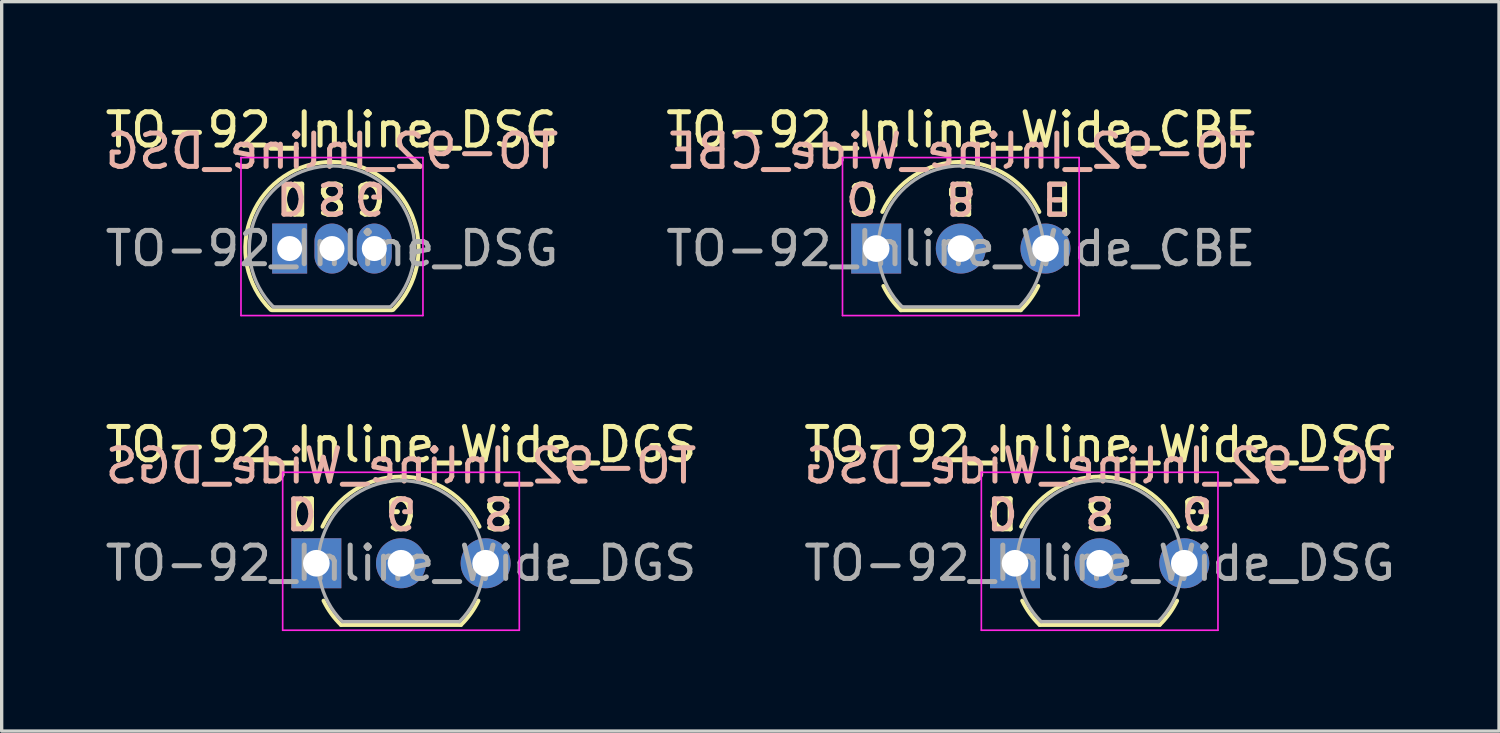
<source format=kicad_pcb>
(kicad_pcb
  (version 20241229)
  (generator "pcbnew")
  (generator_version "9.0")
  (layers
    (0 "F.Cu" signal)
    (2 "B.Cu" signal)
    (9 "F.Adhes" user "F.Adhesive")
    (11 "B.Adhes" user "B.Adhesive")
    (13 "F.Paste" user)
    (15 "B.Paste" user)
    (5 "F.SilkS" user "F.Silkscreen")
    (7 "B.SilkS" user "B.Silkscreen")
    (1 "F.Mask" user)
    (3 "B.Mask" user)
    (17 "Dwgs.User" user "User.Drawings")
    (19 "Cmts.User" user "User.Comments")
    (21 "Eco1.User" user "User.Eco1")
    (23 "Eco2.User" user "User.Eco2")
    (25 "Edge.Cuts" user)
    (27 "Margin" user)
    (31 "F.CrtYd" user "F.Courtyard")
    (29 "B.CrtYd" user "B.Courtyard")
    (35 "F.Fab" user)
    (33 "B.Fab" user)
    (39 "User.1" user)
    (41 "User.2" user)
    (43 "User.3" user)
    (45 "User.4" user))
  (footprint "TO-92_Inline_Wide_DGS"
    (layer "F.Cu")
    (at 6.442 13.851)
    (property "Reference" "TO-92_Inline_Wide_DGS" (at 2.54 -3.56 0) (layer "F.SilkS") (effects (font (size 1 1) (thickness 0.15))))
    (fp_line (start 0.74 1.85) (end 4.34 1.85) (stroke (width 0.12) (type solid)) (layer "F.SilkS"))
    (fp_arc (start 0.1836 -1.098807) (mid 1.143021 -2.192817) (end 2.54 -2.6) (stroke (width 0.12) (type solid)) (layer "F.SilkS"))
    (fp_arc (start 0.74 1.85) (mid 0.446097 1.509328) (end 0.215816 1.122795) (stroke (width 0.12) (type solid)) (layer "F.SilkS"))
    (fp_arc (start 2.54 -2.6) (mid 3.936979 -2.192818) (end 4.8964 -1.098807) (stroke (width 0.12) (type solid)) (layer "F.SilkS"))
    (fp_arc (start 4.864184 1.122795) (mid 4.633903 1.509328) (end 4.34 1.85) (stroke (width 0.12) (type solid)) (layer "F.SilkS"))
    (fp_line (start -1.01 -2.73) (end -1.01 2.01) (stroke (width 0.05) (type solid)) (layer "F.CrtYd"))
    (fp_line (start -1.01 -2.73) (end 6.09 -2.73) (stroke (width 0.05) (type solid)) (layer "F.CrtYd"))
    (fp_line (start 6.09 2.01) (end -1.01 2.01) (stroke (width 0.05) (type solid)) (layer "F.CrtYd"))
    (fp_line (start 6.09 2.01) (end 6.09 -2.73) (stroke (width 0.05) (type solid)) (layer "F.CrtYd"))
    (fp_line (start 0.8 1.75) (end 4.3 1.75) (stroke (width 0.1) (type solid)) (layer "F.Fab"))
    (fp_arc (start 0.786375 1.753625) (mid 0.248779 -0.949055) (end 2.54 -2.48) (stroke (width 0.1) (type solid)) (layer "F.Fab"))
    (fp_arc (start 2.54 -2.48) (mid 4.831221 -0.949055) (end 4.293625 1.753625) (stroke (width 0.1) (type solid)) (layer "F.Fab"))
    (fp_text user "S" (at 5.461 -1.524 180) (unlocked yes) (layer "F.SilkS") (effects (font (size 0.9 0.9) (thickness 0.15))))
    (fp_text user "G" (at 2.54 -1.524 180) (unlocked yes) (layer "F.SilkS") (effects (font (size 0.9 0.9) (thickness 0.15))))
    (fp_text user "D" (at -0.381 -1.524 180) (unlocked yes) (layer "F.SilkS") (effects (font (size 0.9 0.9) (thickness 0.15))))
    (fp_text user "D" (at -0.445 -1.524 180) (unlocked yes) (layer "B.SilkS") (effects (font (size 0.9 0.9) (thickness 0.15)) (justify mirror)))
    (fp_text user "S" (at 5.461 -1.524 180) (unlocked yes) (layer "B.SilkS") (effects (font (size 0.9 0.9) (thickness 0.15)) (justify mirror)))
    (fp_text user "${REFERENCE}" (at 2.54 -2.921 0) (layer "B.SilkS") (effects (font (size 1 1) (thickness 0.15)) (justify mirror)))
    (fp_text user "G" (at 2.54 -1.524 180) (unlocked yes) (layer "B.SilkS") (effects (font (size 0.9 0.9) (thickness 0.15)) (justify mirror)))
    (fp_text user "${REFERENCE}" (at 2.54 0 0) (layer "F.Fab") (effects (font (size 1 1) (thickness 0.15))))
    (pad "1" thru_hole rect (at 0 0 90) (size 1.5 1.5) (drill 0.8) (layers "*.Cu" "*.Mask"))
    (pad "2" thru_hole circle (at 2.54 0 90) (size 1.5 1.5) (drill 0.8) (layers "*.Cu" "*.Mask"))
    (pad "3" thru_hole circle (at 5.08 0 90) (size 1.5 1.5) (drill 0.8) (layers "*.Cu" "*.Mask")))
  (footprint "TO-92_Inline_Wide_CBE"
    (layer "F.Cu")
    (at 23.24 4.408)
    (property "Reference" "TO-92_Inline_Wide_CBE" (at 2.54 -3.56 0) (layer "F.SilkS") (effects (font (size 1 1) (thickness 0.15))))
    (fp_line (start 0.74 1.85) (end 4.34 1.85) (stroke (width 0.12) (type solid)) (layer "F.SilkS"))
    (fp_arc (start 0.1836 -1.098807) (mid 1.143021 -2.192817) (end 2.54 -2.6) (stroke (width 0.12) (type solid)) (layer "F.SilkS"))
    (fp_arc (start 0.74 1.85) (mid 0.446097 1.509328) (end 0.215816 1.122795) (stroke (width 0.12) (type solid)) (layer "F.SilkS"))
    (fp_arc (start 2.54 -2.6) (mid 3.936979 -2.192818) (end 4.8964 -1.098807) (stroke (width 0.12) (type solid)) (layer "F.SilkS"))
    (fp_arc (start 4.864184 1.122795) (mid 4.633903 1.509328) (end 4.34 1.85) (stroke (width 0.12) (type solid)) (layer "F.SilkS"))
    (fp_line (start -1.01 -2.73) (end -1.01 2.01) (stroke (width 0.05) (type solid)) (layer "F.CrtYd"))
    (fp_line (start -1.01 -2.73) (end 6.09 -2.73) (stroke (width 0.05) (type solid)) (layer "F.CrtYd"))
    (fp_line (start 6.09 2.01) (end -1.01 2.01) (stroke (width 0.05) (type solid)) (layer "F.CrtYd"))
    (fp_line (start 6.09 2.01) (end 6.09 -2.73) (stroke (width 0.05) (type solid)) (layer "F.CrtYd"))
    (fp_line (start 0.8 1.75) (end 4.3 1.75) (stroke (width 0.1) (type solid)) (layer "F.Fab"))
    (fp_arc (start 0.786375 1.753625) (mid 0.248779 -0.949055) (end 2.54 -2.48) (stroke (width 0.1) (type solid)) (layer "F.Fab"))
    (fp_arc (start 2.54 -2.48) (mid 4.831221 -0.949055) (end 4.293625 1.753625) (stroke (width 0.1) (type solid)) (layer "F.Fab"))
    (fp_text user "C" (at -0.381 -1.524 180) (unlocked yes) (layer "F.SilkS") (effects (font (size 0.9 0.9) (thickness 0.15))))
    (fp_text user "E" (at 5.461 -1.524 180) (unlocked yes) (layer "F.SilkS") (effects (font (size 0.9 0.9) (thickness 0.15))))
    (fp_text user "B" (at 2.54 -1.524 180) (unlocked yes) (layer "F.SilkS") (effects (font (size 0.9 0.9) (thickness 0.15))))
    (fp_text user "B" (at 2.54 -1.524 180) (unlocked yes) (layer "B.SilkS") (effects (font (size 0.9 0.9) (thickness 0.15)) (justify mirror)))
    (fp_text user "C" (at -0.445 -1.524 180) (unlocked yes) (layer "B.SilkS") (effects (font (size 0.9 0.9) (thickness 0.15)) (justify mirror)))
    (fp_text user "${REFERENCE}" (at 2.54 -2.921 0) (layer "B.SilkS") (effects (font (size 1 1) (thickness 0.15)) (justify mirror)))
    (fp_text user "E" (at 5.397 -1.524 180) (unlocked yes) (layer "B.SilkS") (effects (font (size 0.9 0.9) (thickness 0.15)) (justify mirror)))
    (fp_text user "${REFERENCE}" (at 2.54 0 0) (layer "F.Fab") (effects (font (size 1 1) (thickness 0.15))))
    (pad "1" thru_hole rect (at 0 0 90) (size 1.5 1.5) (drill 0.8) (layers "*.Cu" "*.Mask"))
    (pad "2" thru_hole circle (at 2.54 0 90) (size 1.5 1.5) (drill 0.8) (layers "*.Cu" "*.Mask"))
    (pad "3" thru_hole circle (at 5.08 0 90) (size 1.5 1.5) (drill 0.8) (layers "*.Cu" "*.Mask")))
  (footprint "TO-92_Inline_DSG"
    (layer "F.Cu")
    (at 5.641 4.408)
    (property "Reference" "TO-92_Inline_DSG" (at 1.27 -3.56 0) (layer "F.SilkS") (effects (font (size 1 1) (thickness 0.15))))
    (fp_line (start -0.53 1.85) (end 3.07 1.85) (stroke (width 0.12) (type solid)) (layer "F.SilkS"))
    (fp_arc (start -0.568478 1.838478) (mid -1.132087 -0.994977) (end 1.27 -2.6) (stroke (width 0.12) (type solid)) (layer "F.SilkS"))
    (fp_arc (start 1.27 -2.6) (mid 3.672087 -0.994977) (end 3.108478 1.838478) (stroke (width 0.12) (type solid)) (layer "F.SilkS"))
    (fp_line (start -1.46 -2.73) (end -1.46 2.01) (stroke (width 0.05) (type solid)) (layer "F.CrtYd"))
    (fp_line (start -1.46 -2.73) (end 4 -2.73) (stroke (width 0.05) (type solid)) (layer "F.CrtYd"))
    (fp_line (start 4 2.01) (end -1.46 2.01) (stroke (width 0.05) (type solid)) (layer "F.CrtYd"))
    (fp_line (start 4 2.01) (end 4 -2.73) (stroke (width 0.05) (type solid)) (layer "F.CrtYd"))
    (fp_line (start -0.5 1.75) (end 3 1.75) (stroke (width 0.1) (type solid)) (layer "F.Fab"))
    (fp_arc (start -0.483625 1.753625) (mid -1.021221 -0.949055) (end 1.27 -2.48) (stroke (width 0.1) (type solid)) (layer "F.Fab"))
    (fp_arc (start 1.27 -2.48) (mid 3.561221 -0.949055) (end 3.023625 1.753625) (stroke (width 0.1) (type solid)) (layer "F.Fab"))
    (fp_text user "S" (at 1.27 -1.524 180) (unlocked yes) (layer "F.SilkS") (effects (font (size 0.9 0.9) (thickness 0.15))))
    (fp_text user "G" (at 2.413 -1.524 180) (unlocked yes) (layer "F.SilkS") (effects (font (size 0.9 0.9) (thickness 0.15))))
    (fp_text user "D" (at 0.127 -1.524 180) (unlocked yes) (layer "F.SilkS") (effects (font (size 0.9 0.9) (thickness 0.15))))
    (fp_text user "${REFERENCE}" (at 1.27 -2.921 0) (layer "B.SilkS") (effects (font (size 1 1) (thickness 0.15)) (justify mirror)))
    (fp_text user "D" (at 0.064 -1.524 180) (unlocked yes) (layer "B.SilkS") (effects (font (size 0.9 0.9) (thickness 0.15)) (justify mirror)))
    (fp_text user "S" (at 1.27 -1.524 180) (unlocked yes) (layer "B.SilkS") (effects (font (size 0.9 0.9) (thickness 0.15)) (justify mirror)))
    (fp_text user "G" (at 2.413 -1.524 180) (unlocked yes) (layer "B.SilkS") (effects (font (size 0.9 0.9) (thickness 0.15)) (justify mirror)))
    (fp_text user "${REFERENCE}" (at 1.27 0 0) (layer "F.Fab") (effects (font (size 1 1) (thickness 0.15))))
    (pad "1" thru_hole rect (at 0 0) (size 1.05 1.5) (drill 0.75) (layers "*.Cu" "*.Mask"))
    (pad "2" thru_hole oval (at 1.27 0) (size 1.05 1.5) (drill 0.75) (layers "*.Cu" "*.Mask"))
    (pad "3" thru_hole oval (at 2.54 0) (size 1.05 1.5) (drill 0.75) (layers "*.Cu" "*.Mask")))
  (footprint "TO-92_Inline_Wide_DSG"
    (layer "F.Cu")
    (at 27.406 13.851)
    (property "Reference" "TO-92_Inline_Wide_DSG" (at 2.54 -3.56 0) (layer "F.SilkS") (effects (font (size 1 1) (thickness 0.15))))
    (fp_line (start 0.74 1.85) (end 4.34 1.85) (stroke (width 0.12) (type solid)) (layer "F.SilkS"))
    (fp_arc (start 0.1836 -1.098807) (mid 1.143021 -2.192817) (end 2.54 -2.6) (stroke (width 0.12) (type solid)) (layer "F.SilkS"))
    (fp_arc (start 0.74 1.85) (mid 0.446097 1.509328) (end 0.215816 1.122795) (stroke (width 0.12) (type solid)) (layer "F.SilkS"))
    (fp_arc (start 2.54 -2.6) (mid 3.936979 -2.192818) (end 4.8964 -1.098807) (stroke (width 0.12) (type solid)) (layer "F.SilkS"))
    (fp_arc (start 4.864184 1.122795) (mid 4.633903 1.509328) (end 4.34 1.85) (stroke (width 0.12) (type solid)) (layer "F.SilkS"))
    (fp_line (start -1.01 -2.73) (end -1.01 2.01) (stroke (width 0.05) (type solid)) (layer "F.CrtYd"))
    (fp_line (start -1.01 -2.73) (end 6.09 -2.73) (stroke (width 0.05) (type solid)) (layer "F.CrtYd"))
    (fp_line (start 6.09 2.01) (end -1.01 2.01) (stroke (width 0.05) (type solid)) (layer "F.CrtYd"))
    (fp_line (start 6.09 2.01) (end 6.09 -2.73) (stroke (width 0.05) (type solid)) (layer "F.CrtYd"))
    (fp_line (start 0.8 1.75) (end 4.3 1.75) (stroke (width 0.1) (type solid)) (layer "F.Fab"))
    (fp_arc (start 0.786375 1.753625) (mid 0.248779 -0.949055) (end 2.54 -2.48) (stroke (width 0.1) (type solid)) (layer "F.Fab"))
    (fp_arc (start 2.54 -2.48) (mid 4.831221 -0.949055) (end 4.293625 1.753625) (stroke (width 0.1) (type solid)) (layer "F.Fab"))
    (fp_text user "S" (at 2.54 -1.524 180) (unlocked yes) (layer "F.SilkS") (effects (font (size 0.9 0.9) (thickness 0.15))))
    (fp_text user "D" (at -0.381 -1.524 180) (unlocked yes) (layer "F.SilkS") (effects (font (size 0.9 0.9) (thickness 0.15))))
    (fp_text user "G" (at 5.461 -1.524 180) (unlocked yes) (layer "F.SilkS") (effects (font (size 0.9 0.9) (thickness 0.15))))
    (fp_text user "S" (at 2.54 -1.524 180) (unlocked yes) (layer "B.SilkS") (effects (font (size 0.9 0.9) (thickness 0.15)) (justify mirror)))
    (fp_text user "G" (at 5.461 -1.524 180) (unlocked yes) (layer "B.SilkS") (effects (font (size 0.9 0.9) (thickness 0.15)) (justify mirror)))
    (fp_text user "D" (at -0.381 -1.524 180) (unlocked yes) (layer "B.SilkS") (effects (font (size 0.9 0.9) (thickness 0.15)) (justify mirror)))
    (fp_text user "${REFERENCE}" (at 2.54 -2.921 0) (layer "B.SilkS") (effects (font (size 1 1) (thickness 0.15)) (justify mirror)))
    (fp_text user "${REFERENCE}" (at 2.54 0 0) (layer "F.Fab") (effects (font (size 1 1) (thickness 0.15))))
    (pad "1" thru_hole rect (at 0 0 90) (size 1.5 1.5) (drill 0.8) (layers "*.Cu" "*.Mask"))
    (pad "2" thru_hole circle (at 2.54 0 90) (size 1.5 1.5) (drill 0.8) (layers "*.Cu" "*.Mask"))
    (pad "3" thru_hole circle (at 5.08 0 90) (size 1.5 1.5) (drill 0.8) (layers "*.Cu" "*.Mask")))
  (gr_rect
    (start -3 -3)
    (end 41.929 18.887)
    (stroke (width 0.1) (type default))
    (fill no)
    (layer "Edge.Cuts")))
</source>
